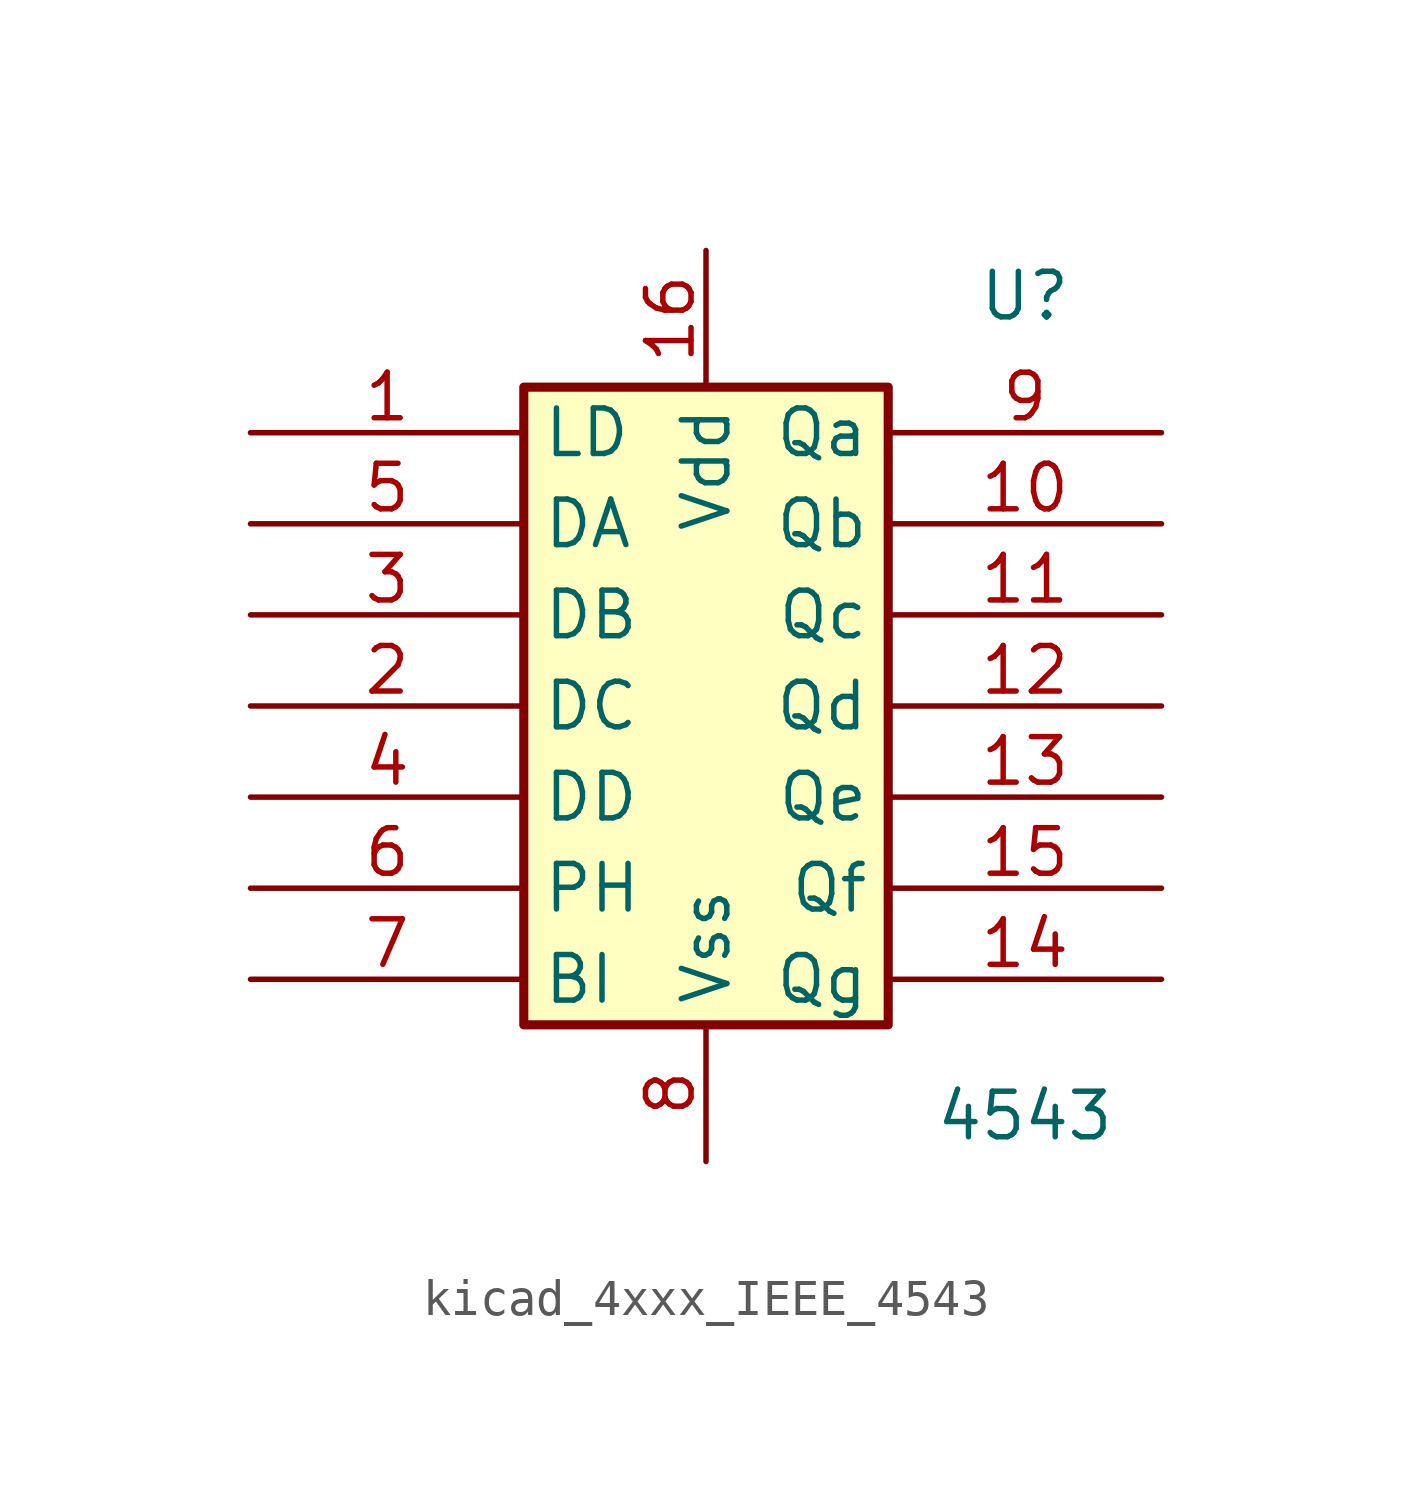
<source format=kicad_sym>
(kicad_symbol_lib
  (version 20220914)
  (generator kicad_symbol_editor)
  (symbol "kicad_4xxx_IEEE_4543"
    (property "Reference" "U"
      (at 8.89 11.43 0)
      (effects (font (size 1.27 1.27))))
    (property "Value" "4543"
      (at 8.89 -11.43 0)
      (effects (font (size 1.27 1.27))))
    (symbol "kicad_4xxx_IEEE_4543_0_1"
      (rectangle (start -5.08 8.89) (end 5.08 -8.89) (stroke (width 0.254) (type default)) (fill (type background))))
    (symbol "kicad_4xxx_IEEE_4543_1_1"
      (pin input line (at -12.7 7.62 0) (length 7.62) (name "LD" (effects (font (size 1.27 1.27)))) (number "1" (effects (font (size 1.27 1.27)))))
      (pin output line (at 12.7 5.08 180) (length 7.62) (name "Qb" (effects (font (size 1.27 1.27)))) (number "10" (effects (font (size 1.27 1.27)))))
      (pin output line (at 12.7 2.54 180) (length 7.62) (name "Qc" (effects (font (size 1.27 1.27)))) (number "11" (effects (font (size 1.27 1.27)))))
      (pin output line (at 12.7 0 180) (length 7.62) (name "Qd" (effects (font (size 1.27 1.27)))) (number "12" (effects (font (size 1.27 1.27)))))
      (pin output line (at 12.7 -2.54 180) (length 7.62) (name "Qe" (effects (font (size 1.27 1.27)))) (number "13" (effects (font (size 1.27 1.27)))))
      (pin output line (at 12.7 -7.62 180) (length 7.62) (name "Qg" (effects (font (size 1.27 1.27)))) (number "14" (effects (font (size 1.27 1.27)))))
      (pin output line (at 12.7 -5.08 180) (length 7.62) (name "Qf" (effects (font (size 1.27 1.27)))) (number "15" (effects (font (size 1.27 1.27)))))
      (pin power_in line (at 0 12.7 270) (length 3.81) (name "Vdd" (effects (font (size 1.27 1.27)))) (number "16" (effects (font (size 1.27 1.27)))))
      (pin input line (at -12.7 0 0) (length 7.62) (name "DC" (effects (font (size 1.27 1.27)))) (number "2" (effects (font (size 1.27 1.27)))))
      (pin input line (at -12.7 2.54 0) (length 7.62) (name "DB" (effects (font (size 1.27 1.27)))) (number "3" (effects (font (size 1.27 1.27)))))
      (pin input line (at -12.7 -2.54 0) (length 7.62) (name "DD" (effects (font (size 1.27 1.27)))) (number "4" (effects (font (size 1.27 1.27)))))
      (pin input line (at -12.7 5.08 0) (length 7.62) (name "DA" (effects (font (size 1.27 1.27)))) (number "5" (effects (font (size 1.27 1.27)))))
      (pin input line (at -12.7 -5.08 0) (length 7.62) (name "PH" (effects (font (size 1.27 1.27)))) (number "6" (effects (font (size 1.27 1.27)))))
      (pin input line (at -12.7 -7.62 0) (length 7.62) (name "BI" (effects (font (size 1.27 1.27)))) (number "7" (effects (font (size 1.27 1.27)))))
      (pin power_in line (at 0 -12.7 90) (length 3.81) (name "Vss" (effects (font (size 1.27 1.27)))) (number "8" (effects (font (size 1.27 1.27)))))
      (pin output line (at 12.7 7.62 180) (length 7.62) (name "Qa" (effects (font (size 1.27 1.27)))) (number "9" (effects (font (size 1.27 1.27))))))))
</source>
